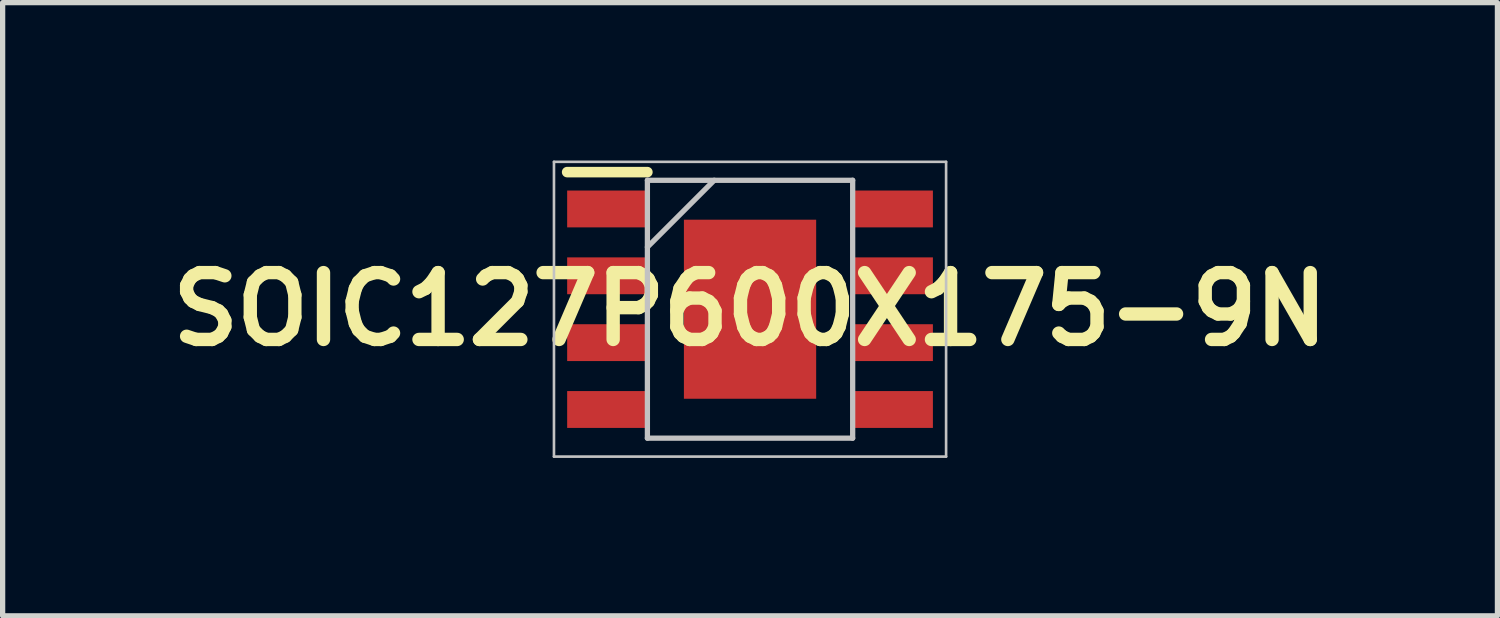
<source format=kicad_pcb>
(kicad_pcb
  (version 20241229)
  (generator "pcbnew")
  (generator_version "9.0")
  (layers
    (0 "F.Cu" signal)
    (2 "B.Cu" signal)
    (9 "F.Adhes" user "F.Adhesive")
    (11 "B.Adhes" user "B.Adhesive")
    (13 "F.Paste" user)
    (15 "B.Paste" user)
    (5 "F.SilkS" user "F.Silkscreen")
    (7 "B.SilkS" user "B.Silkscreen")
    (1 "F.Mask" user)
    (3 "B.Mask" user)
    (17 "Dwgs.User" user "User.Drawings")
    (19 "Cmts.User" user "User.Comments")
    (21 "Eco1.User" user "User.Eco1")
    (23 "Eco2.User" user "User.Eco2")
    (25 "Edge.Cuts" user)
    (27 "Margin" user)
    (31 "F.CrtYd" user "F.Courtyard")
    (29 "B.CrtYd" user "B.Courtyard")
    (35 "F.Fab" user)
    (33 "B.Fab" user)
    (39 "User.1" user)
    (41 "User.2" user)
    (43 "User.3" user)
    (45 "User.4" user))
  (footprint "SOIC127P600X175-9N"
    (layer "F.Cu")
    (at 11.2 2.825)
    (property "Reference" "SOIC127P600X175-9N" (at 0 0 0) (layer "F.SilkS") (effects (font (size 1.27 1.27) (thickness 0.254))))
    (attr smd)
    (fp_line (start -3.475 -2.605) (end -1.95 -2.605) (stroke (width 0.2) (type solid)) (layer "F.SilkS"))
    (fp_line (start -3.725 -2.8) (end 3.725 -2.8) (stroke (width 0.05) (type solid)) (layer "Dwgs.User"))
    (fp_line (start -3.725 2.8) (end -3.725 -2.8) (stroke (width 0.05) (type solid)) (layer "Dwgs.User"))
    (fp_line (start -1.95 -2.45) (end 1.95 -2.45) (stroke (width 0.1) (type solid)) (layer "Dwgs.User"))
    (fp_line (start -1.95 -1.18) (end -0.68 -2.45) (stroke (width 0.1) (type solid)) (layer "Dwgs.User"))
    (fp_line (start -1.95 2.45) (end -1.95 -2.45) (stroke (width 0.1) (type solid)) (layer "Dwgs.User"))
    (fp_line (start 1.95 -2.45) (end 1.95 2.45) (stroke (width 0.1) (type solid)) (layer "Dwgs.User"))
    (fp_line (start 1.95 2.45) (end -1.95 2.45) (stroke (width 0.1) (type solid)) (layer "Dwgs.User"))
    (fp_line (start 3.725 -2.8) (end 3.725 2.8) (stroke (width 0.05) (type solid)) (layer "Dwgs.User"))
    (fp_line (start 3.725 2.8) (end -3.725 2.8) (stroke (width 0.05) (type solid)) (layer "Dwgs.User"))
    (pad "1" smd rect (at -2.712 -1.905 90) (size 0.7 1.525) (layers "F.Cu" "F.Mask" "F.Paste"))
    (pad "2" smd rect (at -2.712 -0.635 90) (size 0.7 1.525) (layers "F.Cu" "F.Mask" "F.Paste"))
    (pad "3" smd rect (at -2.712 0.635 90) (size 0.7 1.525) (layers "F.Cu" "F.Mask" "F.Paste"))
    (pad "4" smd rect (at -2.712 1.905 90) (size 0.7 1.525) (layers "F.Cu" "F.Mask" "F.Paste"))
    (pad "5" smd rect (at 2.712 1.905 90) (size 0.7 1.525) (layers "F.Cu" "F.Mask" "F.Paste"))
    (pad "6" smd rect (at 2.712 0.635 90) (size 0.7 1.525) (layers "F.Cu" "F.Mask" "F.Paste"))
    (pad "7" smd rect (at 2.712 -0.635 90) (size 0.7 1.525) (layers "F.Cu" "F.Mask" "F.Paste"))
    (pad "8" smd rect (at 2.712 -1.905 90) (size 0.7 1.525) (layers "F.Cu" "F.Mask" "F.Paste"))
    (pad "9" smd rect (at 0 0) (size 2.513 3.402) (layers "F.Cu" "F.Mask" "F.Paste")))
  (gr_rect
    (start -3 -3)
    (end 25.4 8.65)
    (stroke (width 0.1) (type default))
    (fill no)
    (layer "Edge.Cuts")))
</source>
